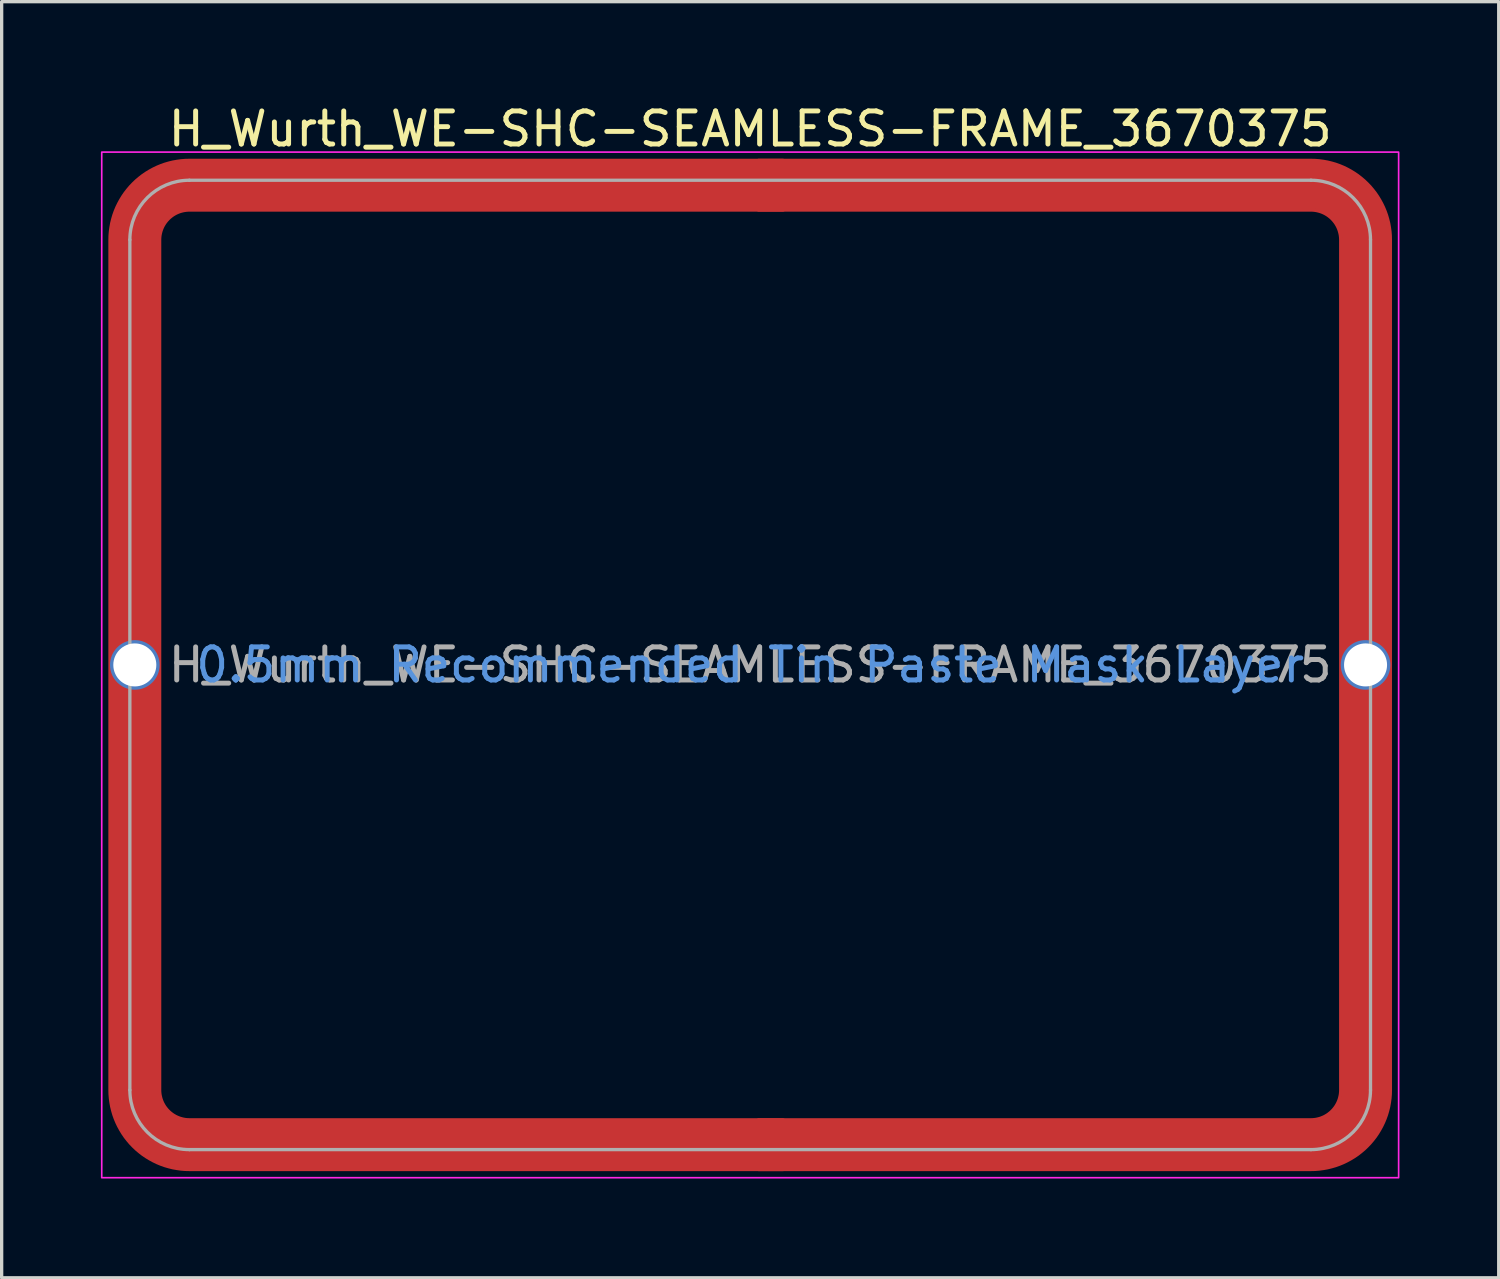
<source format=kicad_pcb>
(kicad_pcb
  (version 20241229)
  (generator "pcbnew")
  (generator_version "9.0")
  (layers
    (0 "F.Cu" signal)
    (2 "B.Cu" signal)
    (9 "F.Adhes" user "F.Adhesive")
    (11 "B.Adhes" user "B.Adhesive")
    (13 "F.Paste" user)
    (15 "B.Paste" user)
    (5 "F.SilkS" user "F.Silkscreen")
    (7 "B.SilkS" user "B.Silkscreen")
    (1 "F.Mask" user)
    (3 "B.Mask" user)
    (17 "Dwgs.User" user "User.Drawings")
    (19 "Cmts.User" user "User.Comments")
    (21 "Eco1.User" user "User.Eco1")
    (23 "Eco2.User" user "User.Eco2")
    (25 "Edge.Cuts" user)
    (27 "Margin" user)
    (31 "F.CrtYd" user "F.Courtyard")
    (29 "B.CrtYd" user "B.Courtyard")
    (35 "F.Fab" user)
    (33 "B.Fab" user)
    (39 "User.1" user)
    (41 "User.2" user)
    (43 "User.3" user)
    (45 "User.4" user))
  (footprint "H_Wurth_WE-SHC-SEAMLESS-FRAME_3670375"
    (layer "F.Cu")
    (at 19.625 17.048)
    (property "Reference" "H_Wurth_WE-SHC-SEAMLESS-FRAME_3670375" (at 0 -16.2 0) (unlocked yes) (layer "F.SilkS") (effects (font (size 1 1) (thickness 0.15))))
    (attr smd)
    (fp_poly (pts (xy 0.25 -13.75) (xy 0.25 -15.25) (xy 16.95 -15.25) (xy 17.076 -15.247) (xy 17.201 -15.237) (xy 17.325 -15.22) (xy 17.449 -15.198) (xy 17.571 -15.168) (xy 17.692 -15.133) (xy 17.81 -15.091) (xy 17.926 -15.043) (xy 18.04 -14.988) (xy 18.15 -14.928) (xy 18.257 -14.863) (xy 18.361 -14.792) (xy 18.46 -14.715) (xy 18.556 -14.634) (xy 18.647 -14.547) (xy 18.734 -14.456) (xy 18.815 -14.36) (xy 18.892 -14.261) (xy 18.963 -14.157) (xy 19.028 -14.05) (xy 19.088 -13.94) (xy 19.143 -13.826) (xy 19.191 -13.71) (xy 19.233 -13.592) (xy 19.268 -13.471) (xy 19.298 -13.349) (xy 19.32 -13.225) (xy 19.337 -13.101) (xy 19.347 -12.976) (xy 19.35 -12.85) (xy 19.35 12.85) (xy 19.347 12.976) (xy 19.337 13.101) (xy 19.32 13.225) (xy 19.298 13.349) (xy 19.268 13.471) (xy 19.233 13.592) (xy 19.191 13.71) (xy 19.143 13.826) (xy 19.088 13.94) (xy 19.028 14.05) (xy 18.963 14.157) (xy 18.892 14.261) (xy 18.815 14.36) (xy 18.734 14.456) (xy 18.647 14.547) (xy 18.556 14.634) (xy 18.46 14.715) (xy 18.361 14.792) (xy 18.257 14.863) (xy 18.15 14.928) (xy 18.04 14.988) (xy 17.926 15.043) (xy 17.81 15.091) (xy 17.692 15.133) (xy 17.571 15.168) (xy 17.449 15.198) (xy 17.325 15.22) (xy 17.201 15.237) (xy 17.076 15.247) (xy 16.95 15.25) (xy 0.25 15.25) (xy 0.25 13.75) (xy 16.95 13.75) (xy 16.997 13.749) (xy 17.044 13.745) (xy 17.091 13.739) (xy 17.137 13.73) (xy 17.183 13.719) (xy 17.228 13.706) (xy 17.273 13.69) (xy 17.316 13.672) (xy 17.359 13.652) (xy 17.4 13.629) (xy 17.44 13.605) (xy 17.479 13.578) (xy 17.516 13.549) (xy 17.552 13.519) (xy 17.586 13.486) (xy 17.619 13.452) (xy 17.649 13.416) (xy 17.678 13.379) (xy 17.705 13.34) (xy 17.729 13.3) (xy 17.752 13.259) (xy 17.772 13.216) (xy 17.79 13.173) (xy 17.806 13.128) (xy 17.819 13.083) (xy 17.83 13.037) (xy 17.839 12.991) (xy 17.845 12.944) (xy 17.849 12.897) (xy 17.85 12.85) (xy 17.85 -12.85) (xy 17.849 -12.897) (xy 17.845 -12.944) (xy 17.839 -12.991) (xy 17.83 -13.037) (xy 17.819 -13.083) (xy 17.806 -13.128) (xy 17.79 -13.173) (xy 17.772 -13.216) (xy 17.752 -13.259) (xy 17.729 -13.3) (xy 17.705 -13.34) (xy 17.678 -13.379) (xy 17.649 -13.416) (xy 17.619 -13.452) (xy 17.586 -13.486) (xy 17.552 -13.519) (xy 17.516 -13.549) (xy 17.479 -13.578) (xy 17.44 -13.605) (xy 17.4 -13.629) (xy 17.359 -13.652) (xy 17.316 -13.672) (xy 17.273 -13.69) (xy 17.228 -13.706) (xy 17.183 -13.719) (xy 17.137 -13.73) (xy 17.091 -13.739) (xy 17.044 -13.745) (xy 16.997 -13.749) (xy 16.95 -13.75) (xy 0.25 -13.75)) (stroke (width 0.1) (type solid)) (fill yes) (layer "F.Cu"))
    (fp_poly (pts (xy 0.25 -13.75) (xy 0.25 -15.25) (xy 16.95 -15.25) (xy 17.076 -15.247) (xy 17.201 -15.237) (xy 17.325 -15.22) (xy 17.449 -15.198) (xy 17.571 -15.168) (xy 17.692 -15.133) (xy 17.81 -15.091) (xy 17.926 -15.043) (xy 18.04 -14.988) (xy 18.15 -14.928) (xy 18.257 -14.863) (xy 18.361 -14.792) (xy 18.46 -14.715) (xy 18.556 -14.634) (xy 18.647 -14.547) (xy 18.734 -14.456) (xy 18.815 -14.36) (xy 18.892 -14.261) (xy 18.963 -14.157) (xy 19.028 -14.05) (xy 19.088 -13.94) (xy 19.143 -13.826) (xy 19.191 -13.71) (xy 19.233 -13.592) (xy 19.268 -13.471) (xy 19.298 -13.349) (xy 19.32 -13.225) (xy 19.337 -13.101) (xy 19.347 -12.976) (xy 19.35 -12.85) (xy 19.35 12.85) (xy 19.347 12.976) (xy 19.337 13.101) (xy 19.32 13.225) (xy 19.298 13.349) (xy 19.268 13.471) (xy 19.233 13.592) (xy 19.191 13.71) (xy 19.143 13.826) (xy 19.088 13.94) (xy 19.028 14.05) (xy 18.963 14.157) (xy 18.892 14.261) (xy 18.815 14.36) (xy 18.734 14.456) (xy 18.647 14.547) (xy 18.556 14.634) (xy 18.46 14.715) (xy 18.361 14.792) (xy 18.257 14.863) (xy 18.15 14.928) (xy 18.04 14.988) (xy 17.926 15.043) (xy 17.81 15.091) (xy 17.692 15.133) (xy 17.571 15.168) (xy 17.449 15.198) (xy 17.325 15.22) (xy 17.201 15.237) (xy 17.076 15.247) (xy 16.95 15.25) (xy 0.25 15.25) (xy 0.25 13.75) (xy 16.95 13.75) (xy 16.997 13.749) (xy 17.044 13.745) (xy 17.091 13.739) (xy 17.137 13.73) (xy 17.183 13.719) (xy 17.228 13.706) (xy 17.273 13.69) (xy 17.316 13.672) (xy 17.359 13.652) (xy 17.4 13.629) (xy 17.44 13.605) (xy 17.479 13.578) (xy 17.516 13.549) (xy 17.552 13.519) (xy 17.586 13.486) (xy 17.619 13.452) (xy 17.649 13.416) (xy 17.678 13.379) (xy 17.705 13.34) (xy 17.729 13.3) (xy 17.752 13.259) (xy 17.772 13.216) (xy 17.79 13.173) (xy 17.806 13.128) (xy 17.819 13.083) (xy 17.83 13.037) (xy 17.839 12.991) (xy 17.845 12.944) (xy 17.849 12.897) (xy 17.85 12.85) (xy 17.85 -12.85) (xy 17.849 -12.897) (xy 17.845 -12.944) (xy 17.839 -12.991) (xy 17.83 -13.037) (xy 17.819 -13.083) (xy 17.806 -13.128) (xy 17.79 -13.173) (xy 17.772 -13.216) (xy 17.752 -13.259) (xy 17.729 -13.3) (xy 17.705 -13.34) (xy 17.678 -13.379) (xy 17.649 -13.416) (xy 17.619 -13.452) (xy 17.586 -13.486) (xy 17.552 -13.519) (xy 17.516 -13.549) (xy 17.479 -13.578) (xy 17.44 -13.605) (xy 17.4 -13.629) (xy 17.359 -13.652) (xy 17.316 -13.672) (xy 17.273 -13.69) (xy 17.228 -13.706) (xy 17.183 -13.719) (xy 17.137 -13.73) (xy 17.091 -13.739) (xy 17.044 -13.745) (xy 16.997 -13.749) (xy 16.95 -13.75) (xy 0.25 -13.75)) (stroke (width 0.1) (type solid)) (fill yes) (layer "F.Mask"))
    (fp_poly (pts (xy 0.25 -13.75) (xy 0.25 -15.25) (xy 16.95 -15.25) (xy 17.076 -15.247) (xy 17.201 -15.237) (xy 17.325 -15.22) (xy 17.449 -15.198) (xy 17.571 -15.168) (xy 17.692 -15.133) (xy 17.81 -15.091) (xy 17.926 -15.043) (xy 18.04 -14.988) (xy 18.15 -14.928) (xy 18.257 -14.863) (xy 18.361 -14.792) (xy 18.46 -14.715) (xy 18.556 -14.634) (xy 18.647 -14.547) (xy 18.734 -14.456) (xy 18.815 -14.36) (xy 18.892 -14.261) (xy 18.963 -14.157) (xy 19.028 -14.05) (xy 19.088 -13.94) (xy 19.143 -13.826) (xy 19.191 -13.71) (xy 19.233 -13.592) (xy 19.268 -13.471) (xy 19.298 -13.349) (xy 19.32 -13.225) (xy 19.337 -13.101) (xy 19.347 -12.976) (xy 19.35 -12.85) (xy 19.35 12.85) (xy 19.347 12.976) (xy 19.337 13.101) (xy 19.32 13.225) (xy 19.298 13.349) (xy 19.268 13.471) (xy 19.233 13.592) (xy 19.191 13.71) (xy 19.143 13.826) (xy 19.088 13.94) (xy 19.028 14.05) (xy 18.963 14.157) (xy 18.892 14.261) (xy 18.815 14.36) (xy 18.734 14.456) (xy 18.647 14.547) (xy 18.556 14.634) (xy 18.46 14.715) (xy 18.361 14.792) (xy 18.257 14.863) (xy 18.15 14.928) (xy 18.04 14.988) (xy 17.926 15.043) (xy 17.81 15.091) (xy 17.692 15.133) (xy 17.571 15.168) (xy 17.449 15.198) (xy 17.325 15.22) (xy 17.201 15.237) (xy 17.076 15.247) (xy 16.95 15.25) (xy 0.25 15.25) (xy 0.25 13.75) (xy 16.95 13.75) (xy 16.997 13.749) (xy 17.044 13.745) (xy 17.091 13.739) (xy 17.137 13.73) (xy 17.183 13.719) (xy 17.228 13.706) (xy 17.273 13.69) (xy 17.316 13.672) (xy 17.359 13.652) (xy 17.4 13.629) (xy 17.44 13.605) (xy 17.479 13.578) (xy 17.516 13.549) (xy 17.552 13.519) (xy 17.586 13.486) (xy 17.619 13.452) (xy 17.649 13.416) (xy 17.678 13.379) (xy 17.705 13.34) (xy 17.729 13.3) (xy 17.752 13.259) (xy 17.772 13.216) (xy 17.79 13.173) (xy 17.806 13.128) (xy 17.819 13.083) (xy 17.83 13.037) (xy 17.839 12.991) (xy 17.845 12.944) (xy 17.849 12.897) (xy 17.85 12.85) (xy 17.85 -12.85) (xy 17.849 -12.897) (xy 17.845 -12.944) (xy 17.839 -12.991) (xy 17.83 -13.037) (xy 17.819 -13.083) (xy 17.806 -13.128) (xy 17.79 -13.173) (xy 17.772 -13.216) (xy 17.752 -13.259) (xy 17.729 -13.3) (xy 17.705 -13.34) (xy 17.678 -13.379) (xy 17.649 -13.416) (xy 17.619 -13.452) (xy 17.586 -13.486) (xy 17.552 -13.519) (xy 17.516 -13.549) (xy 17.479 -13.578) (xy 17.44 -13.605) (xy 17.4 -13.629) (xy 17.359 -13.652) (xy 17.316 -13.672) (xy 17.273 -13.69) (xy 17.228 -13.706) (xy 17.183 -13.719) (xy 17.137 -13.73) (xy 17.091 -13.739) (xy 17.044 -13.745) (xy 16.997 -13.749) (xy 16.95 -13.75) (xy 0.25 -13.75)) (stroke (width 0.1) (type solid)) (fill yes) (layer "F.Paste"))
    (fp_rect (start -19.6 -15.5) (end 19.6 15.5) (stroke (width 0.05) (type solid)) (fill no) (layer "F.CrtYd"))
    (fp_line (start -18.75 12.85) (end -18.75 -12.85) (stroke (width 0.1) (type solid)) (layer "F.Fab"))
    (fp_line (start 16.95 -14.65) (end -16.95 -14.65) (stroke (width 0.1) (type solid)) (layer "F.Fab"))
    (fp_line (start 16.95 14.65) (end -16.95 14.65) (stroke (width 0.1) (type solid)) (layer "F.Fab"))
    (fp_line (start 18.75 12.85) (end 18.75 -12.85) (stroke (width 0.1) (type solid)) (layer "F.Fab"))
    (fp_arc (start -18.75 -12.85) (mid -18.222792 -14.122792) (end -16.95 -14.65) (stroke (width 0.1) (type default)) (layer "F.Fab"))
    (fp_arc (start -16.95 14.65) (mid -18.222792 14.122792) (end -18.75 12.85) (stroke (width 0.1) (type default)) (layer "F.Fab"))
    (fp_arc (start 16.95 -14.65) (mid 18.222792 -14.122792) (end 18.75 -12.85) (stroke (width 0.1) (type default)) (layer "F.Fab"))
    (fp_arc (start 18.75 12.85) (mid 18.222792 14.122792) (end 16.95 14.65) (stroke (width 0.1) (type default)) (layer "F.Fab"))
    (fp_text user "0.5mm Recommended Tin Paste Mask Layer" (at 0 0 0) (unlocked yes) (layer "Cmts.User") (effects (font (size 1 1) (thickness 0.15))))
    (fp_text user "${REFERENCE}" (at 0 0 0) (unlocked yes) (layer "F.Fab") (effects (font (size 1 1) (thickness 0.15))))
    (pad "1" thru_hole circle (at -18.6 0) (size 1.5 1.5) (drill 1.3) (layers "*.Cu" "*.Mask"))
    (pad "1" smd custom (at 0 14.5) (size 33.9 1.5) (layers "F.Cu" "F.Mask" "F.Paste") (options (anchor rect)) (primitives (gr_poly (pts (xy 1 -0.75) (xy 1 0.75) (xy -16.95 0.75) (xy -17.076 0.747) (xy -17.201 0.737) (xy -17.325 0.72) (xy -17.449 0.698) (xy -17.571 0.668) (xy -17.692 0.633) (xy -17.81 0.591) (xy -17.926 0.543) (xy -18.04 0.488) (xy -18.15 0.428) (xy -18.257 0.363) (xy -18.361 0.292) (xy -18.46 0.215) (xy -18.556 0.134) (xy -18.647 0.047) (xy -18.734 -0.044) (xy -18.815 -0.14) (xy -18.892 -0.239) (xy -18.963 -0.343) (xy -19.028 -0.45) (xy -19.088 -0.56) (xy -19.143 -0.674) (xy -19.191 -0.79) (xy -19.233 -0.908) (xy -19.268 -1.029) (xy -19.298 -1.151) (xy -19.32 -1.275) (xy -19.337 -1.399) (xy -19.347 -1.524) (xy -19.35 -1.65) (xy -19.35 -27.35) (xy -19.347 -27.476) (xy -19.337 -27.601) (xy -19.32 -27.725) (xy -19.298 -27.849) (xy -19.268 -27.971) (xy -19.233 -28.092) (xy -19.191 -28.21) (xy -19.143 -28.326) (xy -19.088 -28.44) (xy -19.028 -28.55) (xy -18.963 -28.657) (xy -18.892 -28.761) (xy -18.815 -28.86) (xy -18.734 -28.956) (xy -18.647 -29.047) (xy -18.556 -29.134) (xy -18.46 -29.215) (xy -18.361 -29.292) (xy -18.257 -29.363) (xy -18.15 -29.428) (xy -18.04 -29.488) (xy -17.926 -29.543) (xy -17.81 -29.591) (xy -17.692 -29.633) (xy -17.571 -29.668) (xy -17.449 -29.698) (xy -17.325 -29.72) (xy -17.201 -29.737) (xy -17.076 -29.747) (xy -16.95 -29.75) (xy 1 -29.75) (xy 1 -28.25) (xy -16.95 -28.25) (xy -16.997 -28.249) (xy -17.044 -28.245) (xy -17.091 -28.239) (xy -17.137 -28.23) (xy -17.183 -28.219) (xy -17.228 -28.206) (xy -17.273 -28.19) (xy -17.316 -28.172) (xy -17.359 -28.152) (xy -17.4 -28.129) (xy -17.44 -28.105) (xy -17.479 -28.078) (xy -17.516 -28.049) (xy -17.552 -28.019) (xy -17.586 -27.986) (xy -17.619 -27.952) (xy -17.649 -27.916) (xy -17.678 -27.879) (xy -17.705 -27.84) (xy -17.729 -27.8) (xy -17.752 -27.759) (xy -17.772 -27.716) (xy -17.79 -27.673) (xy -17.806 -27.628) (xy -17.819 -27.583) (xy -17.83 -27.537) (xy -17.839 -27.491) (xy -17.845 -27.444) (xy -17.849 -27.397) (xy -17.85 -27.35) (xy -17.85 -1.65) (xy -17.849 -1.603) (xy -17.845 -1.556) (xy -17.839 -1.509) (xy -17.83 -1.463) (xy -17.819 -1.417) (xy -17.806 -1.372) (xy -17.79 -1.327) (xy -17.772 -1.284) (xy -17.752 -1.241) (xy -17.729 -1.2) (xy -17.705 -1.16) (xy -17.678 -1.121) (xy -17.649 -1.084) (xy -17.619 -1.048) (xy -17.586 -1.014) (xy -17.552 -0.981) (xy -17.516 -0.951) (xy -17.479 -0.922) (xy -17.44 -0.895) (xy -17.4 -0.871) (xy -17.359 -0.848) (xy -17.316 -0.828) (xy -17.273 -0.81) (xy -17.228 -0.794) (xy -17.183 -0.781) (xy -17.137 -0.77) (xy -17.091 -0.761) (xy -17.044 -0.755) (xy -16.997 -0.751) (xy -16.95 -0.75) (xy 1 -0.75)) (width 0.1) (fill yes))))
    (pad "1" thru_hole circle (at 18.6 0) (size 1.5 1.5) (drill 1.3) (layers "*.Cu" "*.Mask")))
  (gr_rect
    (start -3 -3)
    (end 42.25 35.573)
    (stroke (width 0.1) (type default))
    (fill no)
    (layer "Edge.Cuts")))
</source>
